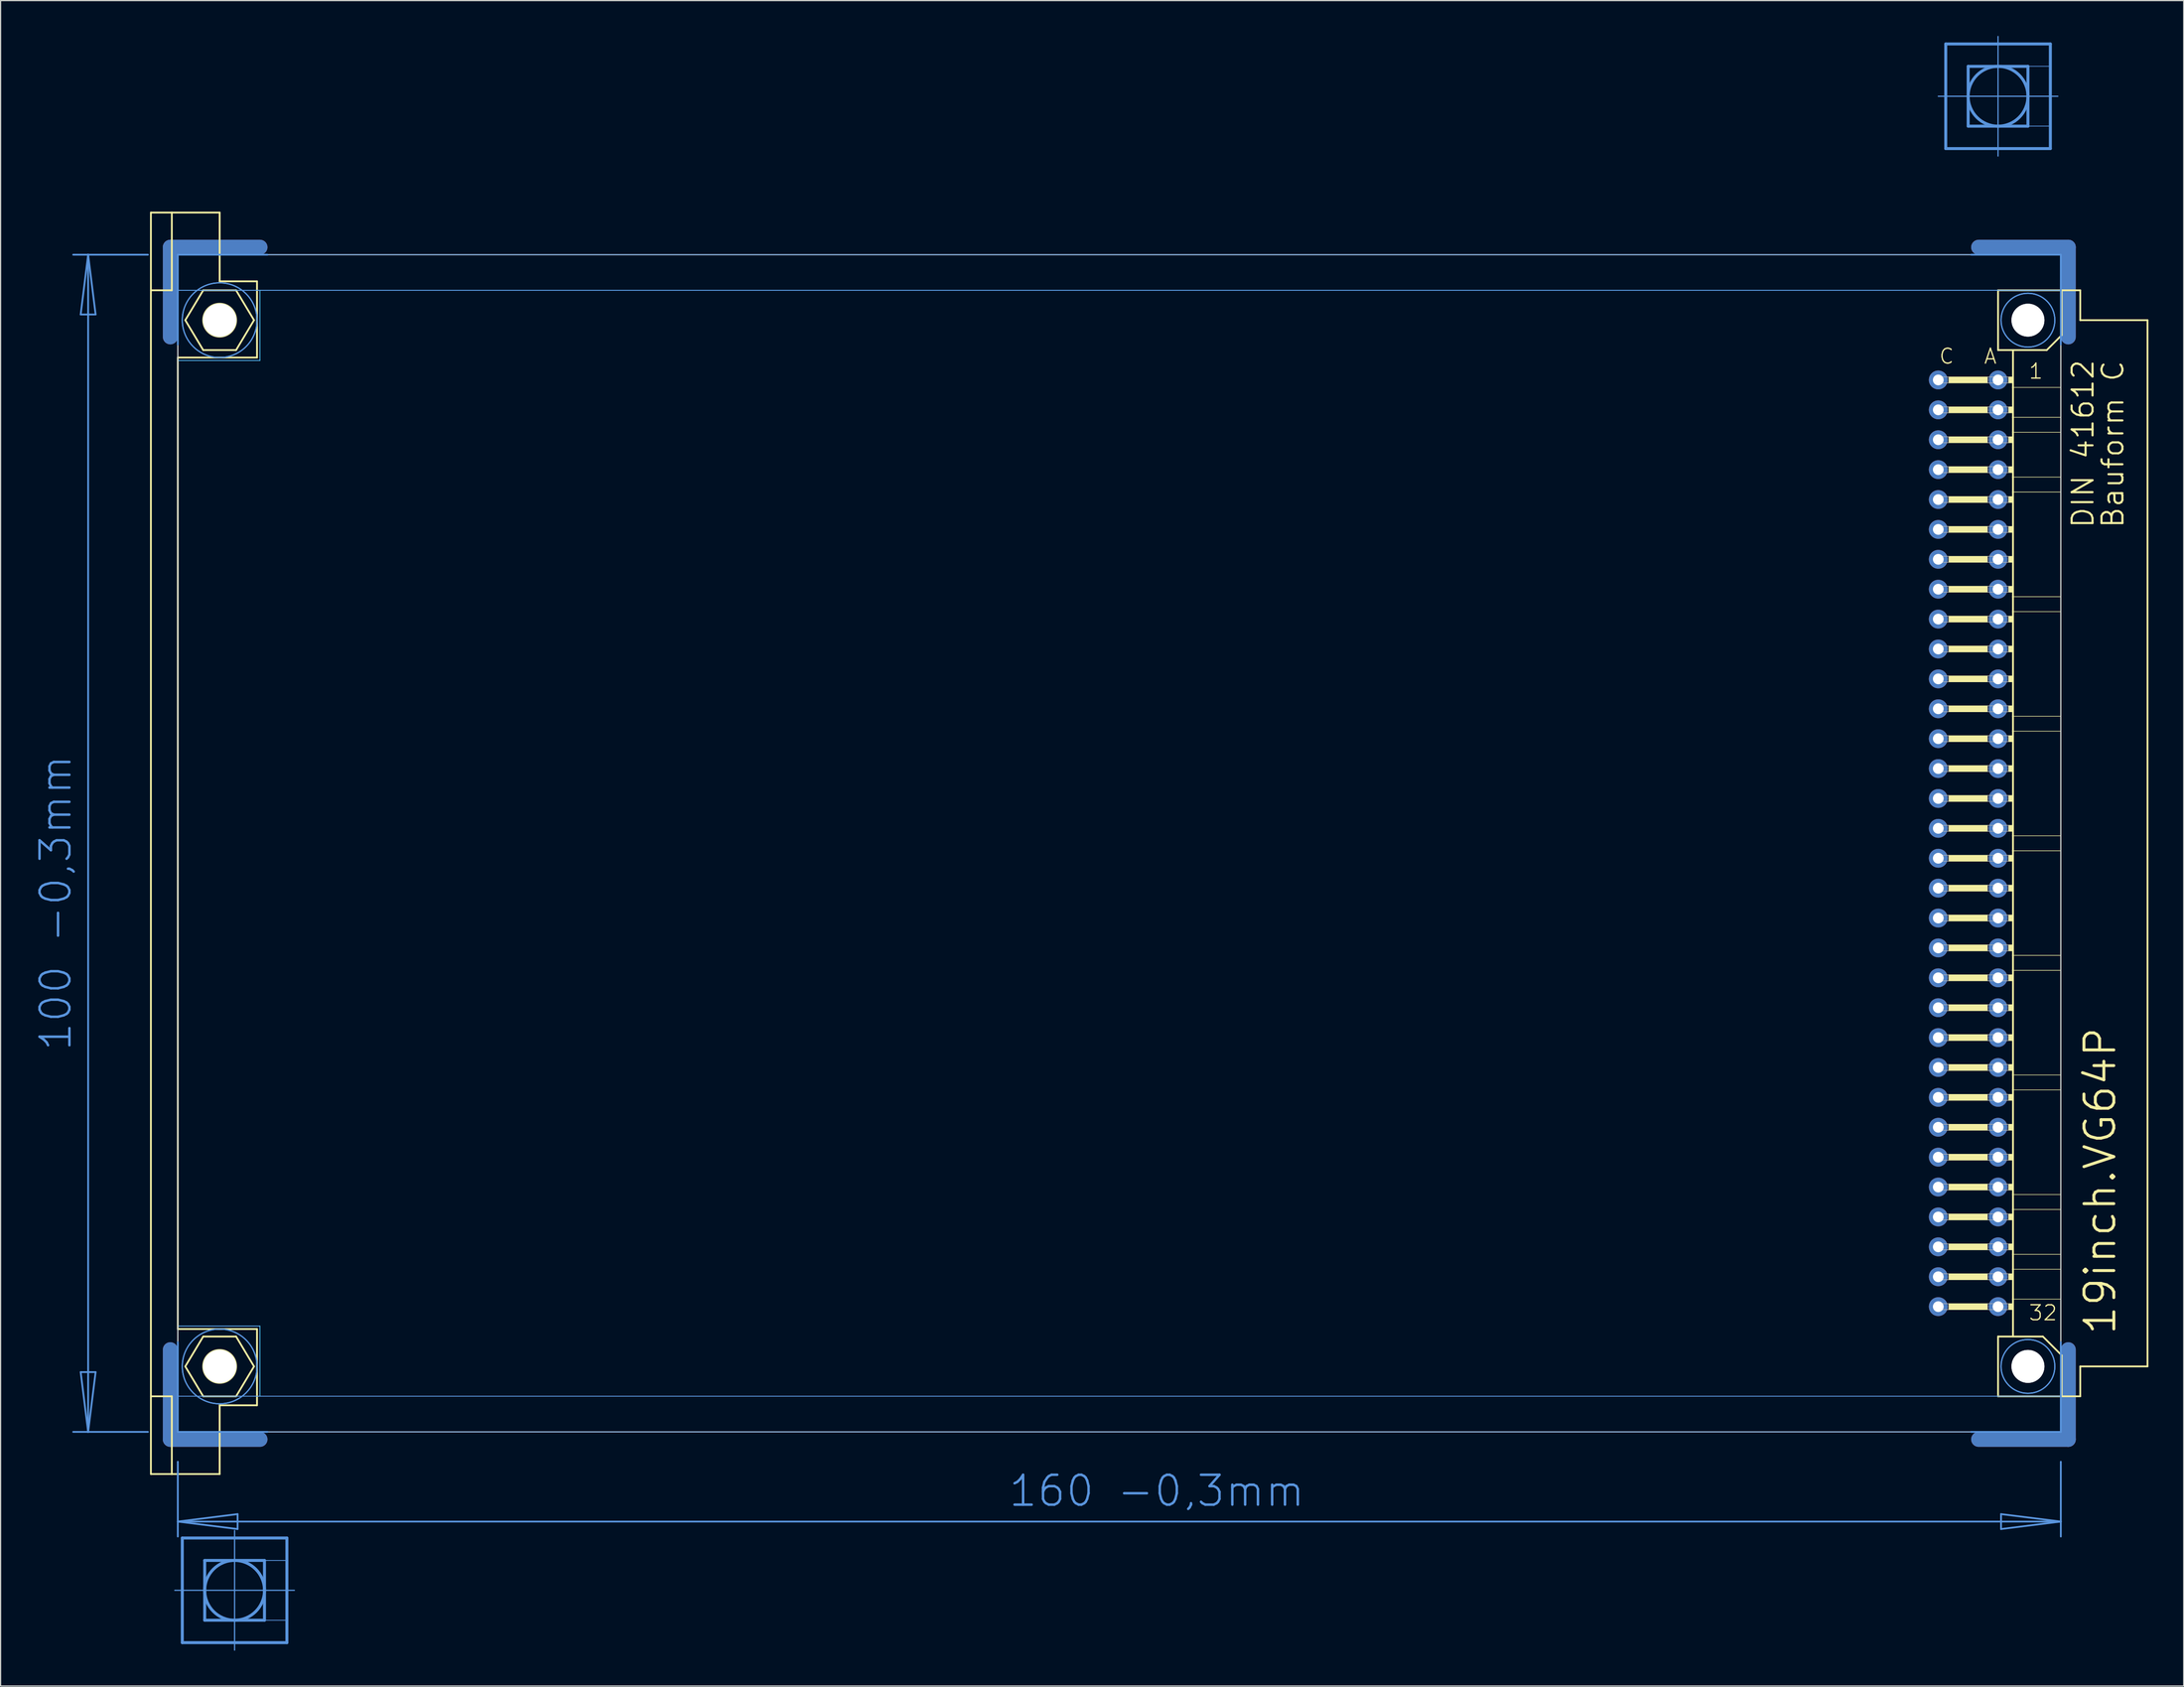
<source format=kicad_pcb>
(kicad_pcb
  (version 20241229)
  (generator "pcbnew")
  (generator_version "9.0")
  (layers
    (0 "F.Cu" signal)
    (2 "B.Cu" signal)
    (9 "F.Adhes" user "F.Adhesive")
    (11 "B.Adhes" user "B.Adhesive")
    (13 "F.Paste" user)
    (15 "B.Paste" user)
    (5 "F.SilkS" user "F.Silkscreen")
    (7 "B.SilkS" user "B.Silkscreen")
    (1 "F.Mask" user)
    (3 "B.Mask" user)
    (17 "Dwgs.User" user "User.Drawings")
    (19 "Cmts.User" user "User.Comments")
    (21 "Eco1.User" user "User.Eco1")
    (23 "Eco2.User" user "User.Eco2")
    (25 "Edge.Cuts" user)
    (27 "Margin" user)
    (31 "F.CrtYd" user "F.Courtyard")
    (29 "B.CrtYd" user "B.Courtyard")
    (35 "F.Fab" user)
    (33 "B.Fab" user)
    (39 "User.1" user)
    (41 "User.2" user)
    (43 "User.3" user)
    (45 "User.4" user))
  (footprint "19inch.VG64P"
    (layer "F.Cu")
    (at 11.806 68.605)
    (property "Reference" "19inch.VG64P" (at 165.1 41.91 90) (layer "F.SilkS") (effects (font (size 2.54 2.54) (thickness 0.25)) (justify left bottom)))
    (attr through_hole)
    (fp_line (start -0.381 -43.028) (end -0.381 -50.648) (stroke (width 1.27) (type default)) (layer "F.Cu"))
    (fp_line (start -0.381 43.028) (end -0.381 50.648) (stroke (width 1.27) (type default)) (layer "F.Cu"))
    (fp_line (start 7.239 -50.648) (end -0.381 -50.648) (stroke (width 1.27) (type default)) (layer "F.Cu"))
    (fp_line (start 7.239 50.648) (end -0.381 50.648) (stroke (width 1.27) (type default)) (layer "F.Cu"))
    (fp_line (start 153.289 -50.648) (end 160.909 -50.648) (stroke (width 1.27) (type default)) (layer "F.Cu"))
    (fp_line (start 153.289 50.648) (end 160.909 50.648) (stroke (width 1.27) (type default)) (layer "F.Cu"))
    (fp_line (start 160.909 -43.028) (end 160.909 -50.648) (stroke (width 1.27) (type default)) (layer "F.Cu"))
    (fp_line (start 160.909 43.028) (end 160.909 50.648) (stroke (width 1.27) (type default)) (layer "F.Cu"))
    (fp_line (start 0.254 -42.393) (end 0.254 -50.013) (stroke (width 0.152) (type default)) (layer "F.Mask"))
    (fp_line (start 0.254 42.393) (end 0.254 50.013) (stroke (width 0.152) (type default)) (layer "F.Mask"))
    (fp_line (start 7.874 -50.013) (end 0.254 -50.013) (stroke (width 0.152) (type default)) (layer "F.Mask"))
    (fp_line (start 7.874 50.013) (end 0.254 50.013) (stroke (width 0.152) (type default)) (layer "F.Mask"))
    (fp_line (start 152.654 -50.013) (end 160.274 -50.013) (stroke (width 0.152) (type default)) (layer "F.Mask"))
    (fp_line (start 152.654 50.013) (end 160.274 50.013) (stroke (width 0.152) (type default)) (layer "F.Mask"))
    (fp_line (start 160.274 -42.393) (end 160.274 -50.013) (stroke (width 0.152) (type default)) (layer "F.Mask"))
    (fp_line (start 160.274 42.393) (end 160.274 50.013) (stroke (width 0.152) (type default)) (layer "F.Mask"))
    (fp_line (start -0.381 -43.028) (end -0.381 -50.648) (stroke (width 1.27) (type default)) (layer "B.Cu"))
    (fp_line (start -0.381 43.028) (end -0.381 50.648) (stroke (width 1.27) (type default)) (layer "B.Cu"))
    (fp_line (start 7.239 -50.648) (end -0.381 -50.648) (stroke (width 1.27) (type default)) (layer "B.Cu"))
    (fp_line (start 7.239 50.648) (end -0.381 50.648) (stroke (width 1.27) (type default)) (layer "B.Cu"))
    (fp_line (start 153.289 -50.648) (end 160.909 -50.648) (stroke (width 1.27) (type default)) (layer "B.Cu"))
    (fp_line (start 153.289 50.648) (end 160.909 50.648) (stroke (width 1.27) (type default)) (layer "B.Cu"))
    (fp_line (start 160.909 -43.028) (end 160.909 -50.648) (stroke (width 1.27) (type default)) (layer "B.Cu"))
    (fp_line (start 160.909 43.028) (end 160.909 50.648) (stroke (width 1.27) (type default)) (layer "B.Cu"))
    (fp_line (start 0.254 -50.013) (end 7.874 -50.013) (stroke (width 0.152) (type default)) (layer "B.Mask"))
    (fp_line (start 0.254 -42.393) (end 0.254 -50.013) (stroke (width 0.152) (type default)) (layer "B.Mask"))
    (fp_line (start 0.254 50.013) (end 0.254 42.393) (stroke (width 0.152) (type default)) (layer "B.Mask"))
    (fp_line (start 7.874 50.013) (end 0.254 50.013) (stroke (width 0.152) (type default)) (layer "B.Mask"))
    (fp_line (start 152.654 -50.013) (end 160.274 -50.013) (stroke (width 0.152) (type default)) (layer "B.Mask"))
    (fp_line (start 160.274 -50.013) (end 160.274 -42.393) (stroke (width 0.152) (type default)) (layer "B.Mask"))
    (fp_line (start 160.274 42.393) (end 160.274 50.013) (stroke (width 0.152) (type default)) (layer "B.Mask"))
    (fp_line (start 160.274 50.013) (end 152.654 50.013) (stroke (width 0.152) (type default)) (layer "B.Mask"))
    (fp_line (start -2.032 -53.594) (end -0.254 -53.594) (stroke (width 0.152) (type default)) (layer "F.SilkS"))
    (fp_line (start -2.032 -46.99) (end -2.032 -53.594) (stroke (width 0.152) (type default)) (layer "F.SilkS"))
    (fp_line (start -2.032 -46.99) (end -0.254 -46.99) (stroke (width 0.152) (type default)) (layer "F.SilkS"))
    (fp_line (start -2.032 46.99) (end -2.032 -46.99) (stroke (width 0.152) (type default)) (layer "F.SilkS"))
    (fp_line (start -2.032 46.99) (end -0.254 46.99) (stroke (width 0.152) (type default)) (layer "F.SilkS"))
    (fp_line (start -2.032 53.594) (end -2.032 46.99) (stroke (width 0.152) (type default)) (layer "F.SilkS"))
    (fp_line (start -2.032 53.594) (end -0.254 53.594) (stroke (width 0.152) (type default)) (layer "F.SilkS"))
    (fp_line (start -0.254 -53.594) (end -0.254 -46.99) (stroke (width 0.152) (type default)) (layer "F.SilkS"))
    (fp_line (start -0.254 -53.594) (end 3.81 -53.594) (stroke (width 0.152) (type default)) (layer "F.SilkS"))
    (fp_line (start -0.254 53.594) (end -0.254 46.99) (stroke (width 0.152) (type default)) (layer "F.SilkS"))
    (fp_line (start -0.254 53.594) (end 3.81 53.594) (stroke (width 0.152) (type default)) (layer "F.SilkS"))
    (fp_line (start 0.254 -41.275) (end 0.254 41.275) (stroke (width 0.152) (type default)) (layer "F.SilkS"))
    (fp_line (start 0.254 -41.275) (end 6.985 -41.275) (stroke (width 0.152) (type default)) (layer "F.SilkS"))
    (fp_line (start 0.254 41.275) (end 6.985 41.275) (stroke (width 0.152) (type default)) (layer "F.SilkS"))
    (fp_line (start 0.889 -44.45) (end 2.413 -46.99) (stroke (width 0.152) (type default)) (layer "F.SilkS"))
    (fp_line (start 0.889 44.45) (end 2.413 46.99) (stroke (width 0.152) (type default)) (layer "F.SilkS"))
    (fp_line (start 2.413 -46.99) (end 5.207 -46.99) (stroke (width 0.152) (type default)) (layer "F.SilkS"))
    (fp_line (start 2.413 -41.91) (end 0.889 -44.45) (stroke (width 0.152) (type default)) (layer "F.SilkS"))
    (fp_line (start 2.413 41.91) (end 0.889 44.45) (stroke (width 0.152) (type default)) (layer "F.SilkS"))
    (fp_line (start 2.413 46.99) (end 5.207 46.99) (stroke (width 0.152) (type default)) (layer "F.SilkS"))
    (fp_line (start 3.81 -53.594) (end 3.81 -47.752) (stroke (width 0.152) (type default)) (layer "F.SilkS"))
    (fp_line (start 3.81 -47.752) (end 6.985 -47.752) (stroke (width 0.152) (type default)) (layer "F.SilkS"))
    (fp_line (start 3.81 47.752) (end 6.985 47.752) (stroke (width 0.152) (type default)) (layer "F.SilkS"))
    (fp_line (start 3.81 53.594) (end 3.81 47.752) (stroke (width 0.152) (type default)) (layer "F.SilkS"))
    (fp_line (start 5.207 -46.99) (end 6.731 -44.45) (stroke (width 0.152) (type default)) (layer "F.SilkS"))
    (fp_line (start 5.207 -41.91) (end 2.413 -41.91) (stroke (width 0.152) (type default)) (layer "F.SilkS"))
    (fp_line (start 5.207 41.91) (end 2.413 41.91) (stroke (width 0.152) (type default)) (layer "F.SilkS"))
    (fp_line (start 5.207 46.99) (end 6.731 44.45) (stroke (width 0.152) (type default)) (layer "F.SilkS"))
    (fp_line (start 6.731 -44.45) (end 5.207 -41.91) (stroke (width 0.152) (type default)) (layer "F.SilkS"))
    (fp_line (start 6.731 44.45) (end 5.207 41.91) (stroke (width 0.152) (type default)) (layer "F.SilkS"))
    (fp_line (start 6.985 -47.752) (end 6.985 -41.275) (stroke (width 0.152) (type default)) (layer "F.SilkS"))
    (fp_line (start 6.985 47.752) (end 6.985 41.275) (stroke (width 0.152) (type default)) (layer "F.SilkS"))
    (fp_line (start 154.94 -46.99) (end 154.94 -41.91) (stroke (width 0.152) (type default)) (layer "F.SilkS"))
    (fp_line (start 154.94 -41.91) (end 156.21 -41.91) (stroke (width 0.152) (type default)) (layer "F.SilkS"))
    (fp_line (start 154.94 41.91) (end 154.94 46.99) (stroke (width 0.152) (type default)) (layer "F.SilkS"))
    (fp_line (start 154.94 41.91) (end 156.21 41.91) (stroke (width 0.152) (type default)) (layer "F.SilkS"))
    (fp_line (start 154.94 46.99) (end 160.35 46.99) (stroke (width 0.152) (type default)) (layer "F.SilkS"))
    (fp_line (start 156.21 -41.91) (end 156.21 -38.735) (stroke (width 0.152) (type default)) (layer "F.SilkS"))
    (fp_line (start 156.21 -41.91) (end 159.08 -41.91) (stroke (width 0.152) (type default)) (layer "F.SilkS"))
    (fp_line (start 156.21 -38.735) (end 156.21 -36.195) (stroke (width 0.152) (type default)) (layer "F.SilkS"))
    (fp_line (start 156.21 -36.195) (end 156.21 -34.925) (stroke (width 0.152) (type default)) (layer "F.SilkS"))
    (fp_line (start 156.21 -34.925) (end 156.21 -31.115) (stroke (width 0.152) (type default)) (layer "F.SilkS"))
    (fp_line (start 156.21 -31.115) (end 156.21 -29.845) (stroke (width 0.152) (type default)) (layer "F.SilkS"))
    (fp_line (start 156.21 -29.845) (end 156.21 -20.955) (stroke (width 0.152) (type default)) (layer "F.SilkS"))
    (fp_line (start 156.21 -20.955) (end 156.21 -19.685) (stroke (width 0.152) (type default)) (layer "F.SilkS"))
    (fp_line (start 156.21 -19.685) (end 156.21 -10.795) (stroke (width 0.152) (type default)) (layer "F.SilkS"))
    (fp_line (start 156.21 -10.795) (end 156.21 -9.525) (stroke (width 0.152) (type default)) (layer "F.SilkS"))
    (fp_line (start 156.21 -9.525) (end 156.21 -0.635) (stroke (width 0.152) (type default)) (layer "F.SilkS"))
    (fp_line (start 156.21 -0.635) (end 156.21 0.635) (stroke (width 0.152) (type default)) (layer "F.SilkS"))
    (fp_line (start 156.21 0.635) (end 156.21 9.525) (stroke (width 0.152) (type default)) (layer "F.SilkS"))
    (fp_line (start 156.21 9.525) (end 156.21 10.795) (stroke (width 0.152) (type default)) (layer "F.SilkS"))
    (fp_line (start 156.21 10.795) (end 156.21 19.685) (stroke (width 0.152) (type default)) (layer "F.SilkS"))
    (fp_line (start 156.21 19.685) (end 156.21 20.955) (stroke (width 0.152) (type default)) (layer "F.SilkS"))
    (fp_line (start 156.21 20.955) (end 156.21 29.845) (stroke (width 0.152) (type default)) (layer "F.SilkS"))
    (fp_line (start 156.21 29.845) (end 156.21 31.115) (stroke (width 0.152) (type default)) (layer "F.SilkS"))
    (fp_line (start 156.21 31.115) (end 156.21 34.925) (stroke (width 0.152) (type default)) (layer "F.SilkS"))
    (fp_line (start 156.21 34.925) (end 156.21 36.195) (stroke (width 0.152) (type default)) (layer "F.SilkS"))
    (fp_line (start 156.21 36.195) (end 156.21 38.735) (stroke (width 0.152) (type default)) (layer "F.SilkS"))
    (fp_line (start 156.21 38.735) (end 156.21 41.91) (stroke (width 0.152) (type default)) (layer "F.SilkS"))
    (fp_line (start 156.21 41.91) (end 158.75 41.91) (stroke (width 0.152) (type default)) (layer "F.SilkS"))
    (fp_line (start 159.08 -41.91) (end 160.35 -43.18) (stroke (width 0.152) (type default)) (layer "F.SilkS"))
    (fp_line (start 160.274 -38.735) (end 156.21 -38.735) (stroke (width 0.051) (type default)) (layer "F.SilkS"))
    (fp_line (start 160.274 -38.735) (end 160.274 -36.195) (stroke (width 0.051) (type default)) (layer "F.SilkS"))
    (fp_line (start 160.274 -36.195) (end 156.21 -36.195) (stroke (width 0.051) (type default)) (layer "F.SilkS"))
    (fp_line (start 160.274 -34.925) (end 156.21 -34.925) (stroke (width 0.051) (type default)) (layer "F.SilkS"))
    (fp_line (start 160.274 -34.925) (end 160.274 -31.115) (stroke (width 0.051) (type default)) (layer "F.SilkS"))
    (fp_line (start 160.274 -31.115) (end 156.21 -31.115) (stroke (width 0.051) (type default)) (layer "F.SilkS"))
    (fp_line (start 160.274 -29.845) (end 156.21 -29.845) (stroke (width 0.051) (type default)) (layer "F.SilkS"))
    (fp_line (start 160.274 -29.845) (end 160.274 -20.955) (stroke (width 0.051) (type default)) (layer "F.SilkS"))
    (fp_line (start 160.274 -20.955) (end 156.21 -20.955) (stroke (width 0.051) (type default)) (layer "F.SilkS"))
    (fp_line (start 160.274 -19.685) (end 156.21 -19.685) (stroke (width 0.051) (type default)) (layer "F.SilkS"))
    (fp_line (start 160.274 -19.685) (end 160.274 -10.795) (stroke (width 0.051) (type default)) (layer "F.SilkS"))
    (fp_line (start 160.274 -10.795) (end 156.21 -10.795) (stroke (width 0.051) (type default)) (layer "F.SilkS"))
    (fp_line (start 160.274 -9.525) (end 156.21 -9.525) (stroke (width 0.051) (type default)) (layer "F.SilkS"))
    (fp_line (start 160.274 -9.525) (end 160.274 -0.635) (stroke (width 0.051) (type default)) (layer "F.SilkS"))
    (fp_line (start 160.274 -0.635) (end 156.21 -0.635) (stroke (width 0.051) (type default)) (layer "F.SilkS"))
    (fp_line (start 160.274 0.635) (end 156.21 0.635) (stroke (width 0.051) (type default)) (layer "F.SilkS"))
    (fp_line (start 160.274 0.635) (end 160.274 9.525) (stroke (width 0.051) (type default)) (layer "F.SilkS"))
    (fp_line (start 160.274 9.525) (end 156.21 9.525) (stroke (width 0.051) (type default)) (layer "F.SilkS"))
    (fp_line (start 160.274 10.795) (end 156.21 10.795) (stroke (width 0.051) (type default)) (layer "F.SilkS"))
    (fp_line (start 160.274 10.795) (end 160.274 19.685) (stroke (width 0.051) (type default)) (layer "F.SilkS"))
    (fp_line (start 160.274 19.685) (end 156.21 19.685) (stroke (width 0.051) (type default)) (layer "F.SilkS"))
    (fp_line (start 160.274 20.955) (end 156.21 20.955) (stroke (width 0.051) (type default)) (layer "F.SilkS"))
    (fp_line (start 160.274 20.955) (end 160.274 29.845) (stroke (width 0.051) (type default)) (layer "F.SilkS"))
    (fp_line (start 160.274 29.845) (end 156.21 29.845) (stroke (width 0.051) (type default)) (layer "F.SilkS"))
    (fp_line (start 160.274 31.115) (end 156.21 31.115) (stroke (width 0.051) (type default)) (layer "F.SilkS"))
    (fp_line (start 160.274 31.115) (end 160.274 34.925) (stroke (width 0.051) (type default)) (layer "F.SilkS"))
    (fp_line (start 160.274 34.925) (end 156.21 34.925) (stroke (width 0.051) (type default)) (layer "F.SilkS"))
    (fp_line (start 160.274 36.195) (end 156.21 36.195) (stroke (width 0.051) (type default)) (layer "F.SilkS"))
    (fp_line (start 160.274 36.195) (end 160.274 38.735) (stroke (width 0.051) (type default)) (layer "F.SilkS"))
    (fp_line (start 160.274 38.735) (end 156.21 38.735) (stroke (width 0.051) (type default)) (layer "F.SilkS"))
    (fp_line (start 160.35 -46.99) (end 154.94 -46.99) (stroke (width 0.152) (type default)) (layer "F.SilkS"))
    (fp_line (start 160.35 -43.18) (end 160.35 -46.99) (stroke (width 0.152) (type default)) (layer "F.SilkS"))
    (fp_line (start 160.35 43.51) (end 158.75 41.91) (stroke (width 0.152) (type default)) (layer "F.SilkS"))
    (fp_line (start 160.35 43.51) (end 160.35 46.99) (stroke (width 0.152) (type default)) (layer "F.SilkS"))
    (fp_line (start 160.35 46.99) (end 161.925 46.99) (stroke (width 0.152) (type default)) (layer "F.SilkS"))
    (fp_line (start 161.925 -46.99) (end 160.35 -46.99) (stroke (width 0.152) (type default)) (layer "F.SilkS"))
    (fp_line (start 161.925 -44.45) (end 161.925 -46.99) (stroke (width 0.152) (type default)) (layer "F.SilkS"))
    (fp_line (start 161.925 44.45) (end 167.64 44.45) (stroke (width 0.152) (type default)) (layer "F.SilkS"))
    (fp_line (start 161.925 46.99) (end 161.925 44.45) (stroke (width 0.152) (type default)) (layer "F.SilkS"))
    (fp_line (start 167.64 -44.45) (end 161.925 -44.45) (stroke (width 0.152) (type default)) (layer "F.SilkS"))
    (fp_line (start 167.64 44.45) (end 167.64 -44.45) (stroke (width 0.152) (type default)) (layer "F.SilkS"))
    (fp_rect (start 150.749 -39.116) (end 154.051 -39.624) (stroke (width 0.05) (type default)) (fill yes) (layer "F.SilkS"))
    (fp_rect (start 150.749 -36.576) (end 154.051 -37.084) (stroke (width 0.05) (type default)) (fill yes) (layer "F.SilkS"))
    (fp_rect (start 150.749 -34.036) (end 154.051 -34.544) (stroke (width 0.05) (type default)) (fill yes) (layer "F.SilkS"))
    (fp_rect (start 150.749 -31.496) (end 154.051 -32.004) (stroke (width 0.05) (type default)) (fill yes) (layer "F.SilkS"))
    (fp_rect (start 150.749 -28.956) (end 154.051 -29.464) (stroke (width 0.05) (type default)) (fill yes) (layer "F.SilkS"))
    (fp_rect (start 150.749 -26.416) (end 154.051 -26.924) (stroke (width 0.05) (type default)) (fill yes) (layer "F.SilkS"))
    (fp_rect (start 150.749 -23.876) (end 154.051 -24.384) (stroke (width 0.05) (type default)) (fill yes) (layer "F.SilkS"))
    (fp_rect (start 150.749 -21.336) (end 154.051 -21.844) (stroke (width 0.05) (type default)) (fill yes) (layer "F.SilkS"))
    (fp_rect (start 150.749 -18.796) (end 154.051 -19.304) (stroke (width 0.05) (type default)) (fill yes) (layer "F.SilkS"))
    (fp_rect (start 150.749 -16.256) (end 154.051 -16.764) (stroke (width 0.05) (type default)) (fill yes) (layer "F.SilkS"))
    (fp_rect (start 150.749 -13.716) (end 154.051 -14.224) (stroke (width 0.05) (type default)) (fill yes) (layer "F.SilkS"))
    (fp_rect (start 150.749 -11.176) (end 154.051 -11.684) (stroke (width 0.05) (type default)) (fill yes) (layer "F.SilkS"))
    (fp_rect (start 150.749 -8.636) (end 154.051 -9.144) (stroke (width 0.05) (type default)) (fill yes) (layer "F.SilkS"))
    (fp_rect (start 150.749 -6.096) (end 154.051 -6.604) (stroke (width 0.05) (type default)) (fill yes) (layer "F.SilkS"))
    (fp_rect (start 150.749 -3.556) (end 154.051 -4.064) (stroke (width 0.05) (type default)) (fill yes) (layer "F.SilkS"))
    (fp_rect (start 150.749 -1.016) (end 154.051 -1.524) (stroke (width 0.05) (type default)) (fill yes) (layer "F.SilkS"))
    (fp_rect (start 150.749 1.524) (end 154.051 1.016) (stroke (width 0.05) (type default)) (fill yes) (layer "F.SilkS"))
    (fp_rect (start 150.749 4.064) (end 154.051 3.556) (stroke (width 0.05) (type default)) (fill yes) (layer "F.SilkS"))
    (fp_rect (start 150.749 6.604) (end 154.051 6.096) (stroke (width 0.05) (type default)) (fill yes) (layer "F.SilkS"))
    (fp_rect (start 150.749 9.144) (end 154.051 8.636) (stroke (width 0.05) (type default)) (fill yes) (layer "F.SilkS"))
    (fp_rect (start 150.749 11.684) (end 154.051 11.176) (stroke (width 0.05) (type default)) (fill yes) (layer "F.SilkS"))
    (fp_rect (start 150.749 14.224) (end 154.051 13.716) (stroke (width 0.05) (type default)) (fill yes) (layer "F.SilkS"))
    (fp_rect (start 150.749 16.764) (end 154.051 16.256) (stroke (width 0.05) (type default)) (fill yes) (layer "F.SilkS"))
    (fp_rect (start 150.749 19.304) (end 154.051 18.796) (stroke (width 0.05) (type default)) (fill yes) (layer "F.SilkS"))
    (fp_rect (start 150.749 21.844) (end 154.051 21.336) (stroke (width 0.05) (type default)) (fill yes) (layer "F.SilkS"))
    (fp_rect (start 150.749 24.384) (end 154.051 23.876) (stroke (width 0.05) (type default)) (fill yes) (layer "F.SilkS"))
    (fp_rect (start 150.749 26.924) (end 154.051 26.416) (stroke (width 0.05) (type default)) (fill yes) (layer "F.SilkS"))
    (fp_rect (start 150.749 29.464) (end 154.051 28.956) (stroke (width 0.05) (type default)) (fill yes) (layer "F.SilkS"))
    (fp_rect (start 150.749 32.004) (end 154.051 31.496) (stroke (width 0.05) (type default)) (fill yes) (layer "F.SilkS"))
    (fp_rect (start 150.749 34.544) (end 154.051 34.036) (stroke (width 0.05) (type default)) (fill yes) (layer "F.SilkS"))
    (fp_rect (start 150.749 37.084) (end 154.051 36.576) (stroke (width 0.05) (type default)) (fill yes) (layer "F.SilkS"))
    (fp_rect (start 150.749 39.624) (end 154.051 39.116) (stroke (width 0.05) (type default)) (fill yes) (layer "F.SilkS"))
    (fp_rect (start 155.829 -39.116) (end 156.21 -39.624) (stroke (width 0.05) (type default)) (fill yes) (layer "F.SilkS"))
    (fp_rect (start 155.829 -36.576) (end 156.21 -37.084) (stroke (width 0.05) (type default)) (fill yes) (layer "F.SilkS"))
    (fp_rect (start 155.829 -34.036) (end 156.21 -34.544) (stroke (width 0.05) (type default)) (fill yes) (layer "F.SilkS"))
    (fp_rect (start 155.829 -31.496) (end 156.21 -32.004) (stroke (width 0.05) (type default)) (fill yes) (layer "F.SilkS"))
    (fp_rect (start 155.829 -28.956) (end 156.21 -29.464) (stroke (width 0.05) (type default)) (fill yes) (layer "F.SilkS"))
    (fp_rect (start 155.829 -26.416) (end 156.21 -26.924) (stroke (width 0.05) (type default)) (fill yes) (layer "F.SilkS"))
    (fp_rect (start 155.829 -23.876) (end 156.21 -24.384) (stroke (width 0.05) (type default)) (fill yes) (layer "F.SilkS"))
    (fp_rect (start 155.829 -21.336) (end 156.21 -21.844) (stroke (width 0.05) (type default)) (fill yes) (layer "F.SilkS"))
    (fp_rect (start 155.829 -18.796) (end 156.21 -19.304) (stroke (width 0.05) (type default)) (fill yes) (layer "F.SilkS"))
    (fp_rect (start 155.829 -16.256) (end 156.21 -16.764) (stroke (width 0.05) (type default)) (fill yes) (layer "F.SilkS"))
    (fp_rect (start 155.829 -13.716) (end 156.21 -14.224) (stroke (width 0.05) (type default)) (fill yes) (layer "F.SilkS"))
    (fp_rect (start 155.829 -11.176) (end 156.21 -11.684) (stroke (width 0.05) (type default)) (fill yes) (layer "F.SilkS"))
    (fp_rect (start 155.829 -8.636) (end 156.21 -9.144) (stroke (width 0.05) (type default)) (fill yes) (layer "F.SilkS"))
    (fp_rect (start 155.829 -6.096) (end 156.21 -6.604) (stroke (width 0.05) (type default)) (fill yes) (layer "F.SilkS"))
    (fp_rect (start 155.829 -3.556) (end 156.21 -4.064) (stroke (width 0.05) (type default)) (fill yes) (layer "F.SilkS"))
    (fp_rect (start 155.829 -1.016) (end 156.21 -1.524) (stroke (width 0.05) (type default)) (fill yes) (layer "F.SilkS"))
    (fp_rect (start 155.829 1.524) (end 156.21 1.016) (stroke (width 0.05) (type default)) (fill yes) (layer "F.SilkS"))
    (fp_rect (start 155.829 4.064) (end 156.21 3.556) (stroke (width 0.05) (type default)) (fill yes) (layer "F.SilkS"))
    (fp_rect (start 155.829 6.604) (end 156.21 6.096) (stroke (width 0.05) (type default)) (fill yes) (layer "F.SilkS"))
    (fp_rect (start 155.829 9.144) (end 156.21 8.636) (stroke (width 0.05) (type default)) (fill yes) (layer "F.SilkS"))
    (fp_rect (start 155.829 11.684) (end 156.21 11.176) (stroke (width 0.05) (type default)) (fill yes) (layer "F.SilkS"))
    (fp_rect (start 155.829 14.224) (end 156.21 13.716) (stroke (width 0.05) (type default)) (fill yes) (layer "F.SilkS"))
    (fp_rect (start 155.829 16.764) (end 156.21 16.256) (stroke (width 0.05) (type default)) (fill yes) (layer "F.SilkS"))
    (fp_rect (start 155.829 19.304) (end 156.21 18.796) (stroke (width 0.05) (type default)) (fill yes) (layer "F.SilkS"))
    (fp_rect (start 155.829 21.844) (end 156.21 21.336) (stroke (width 0.05) (type default)) (fill yes) (layer "F.SilkS"))
    (fp_rect (start 155.829 24.384) (end 156.21 23.876) (stroke (width 0.05) (type default)) (fill yes) (layer "F.SilkS"))
    (fp_rect (start 155.829 26.924) (end 156.21 26.416) (stroke (width 0.05) (type default)) (fill yes) (layer "F.SilkS"))
    (fp_rect (start 155.829 29.464) (end 156.21 28.956) (stroke (width 0.05) (type default)) (fill yes) (layer "F.SilkS"))
    (fp_rect (start 155.829 32.004) (end 156.21 31.496) (stroke (width 0.05) (type default)) (fill yes) (layer "F.SilkS"))
    (fp_rect (start 155.829 34.544) (end 156.21 34.036) (stroke (width 0.05) (type default)) (fill yes) (layer "F.SilkS"))
    (fp_rect (start 155.829 37.084) (end 156.21 36.576) (stroke (width 0.05) (type default)) (fill yes) (layer "F.SilkS"))
    (fp_rect (start 155.829 39.624) (end 156.21 39.116) (stroke (width 0.05) (type default)) (fill yes) (layer "F.SilkS"))
    (fp_circle (center 3.81 -44.45) (end 5.207 -44.45) (stroke (width 0.152) (type default)) (fill no) (layer "F.SilkS"))
    (fp_circle (center 3.81 44.45) (end 5.207 44.45) (stroke (width 0.152) (type default)) (fill no) (layer "F.SilkS"))
    (fp_circle (center 157.48 -44.45) (end 158.75 -44.45) (stroke (width 0.152) (type default)) (fill no) (layer "F.SilkS"))
    (fp_circle (center 157.48 44.45) (end 158.75 44.45) (stroke (width 0.152) (type default)) (fill no) (layer "F.SilkS"))
    (fp_line (start -8.636 -50.013) (end -7.366 -50.013) (stroke (width 0.152) (type default)) (layer "Cmts.User"))
    (fp_line (start -8.636 50.013) (end -7.366 50.013) (stroke (width 0.152) (type default)) (layer "Cmts.User"))
    (fp_line (start -8.001 -44.933) (end -7.366 -50.013) (stroke (width 0.152) (type default)) (layer "Cmts.User"))
    (fp_line (start -8.001 44.933) (end -6.731 44.933) (stroke (width 0.152) (type default)) (layer "Cmts.User"))
    (fp_line (start -7.366 -50.013) (end -6.731 -44.933) (stroke (width 0.152) (type default)) (layer "Cmts.User"))
    (fp_line (start -7.366 -50.013) (end -2.286 -50.013) (stroke (width 0.152) (type default)) (layer "Cmts.User"))
    (fp_line (start -7.366 50.013) (end -8.001 44.933) (stroke (width 0.152) (type default)) (layer "Cmts.User"))
    (fp_line (start -7.366 50.013) (end -7.366 -50.013) (stroke (width 0.152) (type default)) (layer "Cmts.User"))
    (fp_line (start -7.366 50.013) (end -2.286 50.013) (stroke (width 0.152) (type default)) (layer "Cmts.User"))
    (fp_line (start -6.731 -44.933) (end -8.001 -44.933) (stroke (width 0.152) (type default)) (layer "Cmts.User"))
    (fp_line (start -6.731 44.933) (end -7.366 50.013) (stroke (width 0.152) (type default)) (layer "Cmts.User"))
    (fp_line (start 0 63.475) (end 0.635 63.475) (stroke (width 0.102) (type default)) (layer "Cmts.User"))
    (fp_line (start 0.254 -50.013) (end 7.874 -50.013) (stroke (width 0.152) (type default)) (layer "Cmts.User"))
    (fp_line (start 0.254 -42.393) (end 0.254 -50.013) (stroke (width 0.152) (type default)) (layer "Cmts.User"))
    (fp_line (start 0.254 50.013) (end 0.254 42.393) (stroke (width 0.152) (type default)) (layer "Cmts.User"))
    (fp_line (start 0.254 57.633) (end 0.254 52.553) (stroke (width 0.152) (type default)) (layer "Cmts.User"))
    (fp_line (start 0.254 57.633) (end 5.334 56.998) (stroke (width 0.152) (type default)) (layer "Cmts.User"))
    (fp_line (start 0.254 57.633) (end 160.274 57.633) (stroke (width 0.152) (type default)) (layer "Cmts.User"))
    (fp_line (start 0.254 58.903) (end 0.254 57.633) (stroke (width 0.152) (type default)) (layer "Cmts.User"))
    (fp_line (start 0.635 59.03) (end 9.525 59.03) (stroke (width 0.254) (type default)) (layer "Cmts.User"))
    (fp_line (start 0.635 63.475) (end 0.635 59.03) (stroke (width 0.254) (type default)) (layer "Cmts.User"))
    (fp_line (start 0.635 63.475) (end 10.16 63.475) (stroke (width 0.102) (type default)) (layer "Cmts.User"))
    (fp_line (start 0.635 67.92) (end 0.635 63.475) (stroke (width 0.254) (type default)) (layer "Cmts.User"))
    (fp_line (start 2.54 60.935) (end 2.54 66.015) (stroke (width 0.254) (type default)) (layer "Cmts.User"))
    (fp_line (start 2.54 66.015) (end 7.62 66.015) (stroke (width 0.254) (type default)) (layer "Cmts.User"))
    (fp_line (start 5.08 68.555) (end 5.08 58.395) (stroke (width 0.102) (type default)) (layer "Cmts.User"))
    (fp_line (start 5.334 56.998) (end 5.334 58.268) (stroke (width 0.152) (type default)) (layer "Cmts.User"))
    (fp_line (start 5.334 58.268) (end 0.254 57.633) (stroke (width 0.152) (type default)) (layer "Cmts.User"))
    (fp_line (start 7.62 60.935) (end 2.54 60.935) (stroke (width 0.254) (type default)) (layer "Cmts.User"))
    (fp_line (start 7.62 66.015) (end 7.62 60.935) (stroke (width 0.254) (type default)) (layer "Cmts.User"))
    (fp_line (start 7.874 50.013) (end 0.254 50.013) (stroke (width 0.152) (type default)) (layer "Cmts.User"))
    (fp_line (start 9.525 59.03) (end 9.525 67.92) (stroke (width 0.254) (type default)) (layer "Cmts.User"))
    (fp_line (start 9.525 67.92) (end 0.635 67.92) (stroke (width 0.254) (type default)) (layer "Cmts.User"))
    (fp_line (start 149.86 -63.475) (end 150.495 -63.475) (stroke (width 0.102) (type default)) (layer "Cmts.User"))
    (fp_line (start 150.495 -67.92) (end 159.385 -67.92) (stroke (width 0.254) (type default)) (layer "Cmts.User"))
    (fp_line (start 150.495 -63.475) (end 150.495 -67.92) (stroke (width 0.254) (type default)) (layer "Cmts.User"))
    (fp_line (start 150.495 -63.475) (end 160.02 -63.475) (stroke (width 0.102) (type default)) (layer "Cmts.User"))
    (fp_line (start 150.495 -59.03) (end 150.495 -63.475) (stroke (width 0.254) (type default)) (layer "Cmts.User"))
    (fp_line (start 152.4 -66.015) (end 152.4 -60.935) (stroke (width 0.254) (type default)) (layer "Cmts.User"))
    (fp_line (start 152.4 -60.935) (end 157.48 -60.935) (stroke (width 0.254) (type default)) (layer "Cmts.User"))
    (fp_line (start 152.654 -50.013) (end 160.274 -50.013) (stroke (width 0.152) (type default)) (layer "Cmts.User"))
    (fp_line (start 154.94 -58.395) (end 154.94 -68.555) (stroke (width 0.102) (type default)) (layer "Cmts.User"))
    (fp_line (start 155.194 56.998) (end 160.274 57.633) (stroke (width 0.152) (type default)) (layer "Cmts.User"))
    (fp_line (start 155.194 58.268) (end 155.194 56.998) (stroke (width 0.152) (type default)) (layer "Cmts.User"))
    (fp_line (start 157.48 -66.015) (end 152.4 -66.015) (stroke (width 0.254) (type default)) (layer "Cmts.User"))
    (fp_line (start 157.48 -60.935) (end 157.48 -66.015) (stroke (width 0.254) (type default)) (layer "Cmts.User"))
    (fp_line (start 159.385 -67.92) (end 159.385 -59.03) (stroke (width 0.254) (type default)) (layer "Cmts.User"))
    (fp_line (start 159.385 -59.03) (end 150.495 -59.03) (stroke (width 0.254) (type default)) (layer "Cmts.User"))
    (fp_line (start 160.274 -50.013) (end 160.274 -42.393) (stroke (width 0.152) (type default)) (layer "Cmts.User"))
    (fp_line (start 160.274 42.393) (end 160.274 50.013) (stroke (width 0.152) (type default)) (layer "Cmts.User"))
    (fp_line (start 160.274 50.013) (end 152.654 50.013) (stroke (width 0.152) (type default)) (layer "Cmts.User"))
    (fp_line (start 160.274 57.633) (end 155.194 58.268) (stroke (width 0.152) (type default)) (layer "Cmts.User"))
    (fp_line (start 160.274 57.633) (end 160.274 52.553) (stroke (width 0.152) (type default)) (layer "Cmts.User"))
    (fp_line (start 160.274 58.903) (end 160.274 57.633) (stroke (width 0.152) (type default)) (layer "Cmts.User"))
    (fp_rect (start 0.254 -46.99) (end 160.274 -50.013) (stroke (width 0.05) (type default)) (fill no) (layer "Cmts.User"))
    (fp_rect (start 0.254 50.013) (end 160.274 46.99) (stroke (width 0.05) (type default)) (fill no) (layer "Cmts.User"))
    (fp_rect (start 5.08 60.935) (end 9.525 59.03) (stroke (width 0.05) (type default)) (fill no) (layer "Cmts.User"))
    (fp_rect (start 5.08 67.92) (end 9.525 66.015) (stroke (width 0.05) (type default)) (fill no) (layer "Cmts.User"))
    (fp_rect (start 7.62 66.015) (end 9.525 60.935) (stroke (width 0.05) (type default)) (fill no) (layer "Cmts.User"))
    (fp_rect (start 154.94 -66.015) (end 159.385 -67.92) (stroke (width 0.05) (type default)) (fill no) (layer "Cmts.User"))
    (fp_rect (start 154.94 -59.03) (end 159.385 -60.935) (stroke (width 0.05) (type default)) (fill no) (layer "Cmts.User"))
    (fp_rect (start 157.48 -60.935) (end 159.385 -66.015) (stroke (width 0.05) (type default)) (fill no) (layer "Cmts.User"))
    (fp_circle (center 3.81 -44.45) (end 6.985 -44.45) (stroke (width 0.1) (type default)) (fill no) (layer "Cmts.User"))
    (fp_circle (center 3.81 -44.45) (end 6.985 -44.45) (stroke (width 0.1) (type default)) (fill no) (layer "Cmts.User"))
    (fp_circle (center 3.81 44.45) (end 6.985 44.45) (stroke (width 0.1) (type default)) (fill no) (layer "Cmts.User"))
    (fp_circle (center 3.81 44.45) (end 6.985 44.45) (stroke (width 0.1) (type default)) (fill no) (layer "Cmts.User"))
    (fp_circle (center 5.08 63.475) (end 7.62 63.475) (stroke (width 0.254) (type default)) (fill no) (layer "Cmts.User"))
    (fp_circle (center 154.94 -63.475) (end 157.48 -63.475) (stroke (width 0.254) (type default)) (fill no) (layer "Cmts.User"))
    (fp_circle (center 157.48 -44.45) (end 159.766 -44.45) (stroke (width 0.1) (type default)) (fill no) (layer "Cmts.User"))
    (fp_circle (center 157.48 -44.45) (end 159.766 -44.45) (stroke (width 0.1) (type default)) (fill no) (layer "Cmts.User"))
    (fp_circle (center 157.48 44.45) (end 159.766 44.45) (stroke (width 0.1) (type default)) (fill no) (layer "Cmts.User"))
    (fp_circle (center 157.48 44.45) (end 159.766 44.45) (stroke (width 0.1) (type default)) (fill no) (layer "Cmts.User"))
    (fp_line (start 0.254 -50.013) (end 0.254 50.013) (stroke (width 0.1) (type default)) (layer "Edge.Cuts"))
    (fp_line (start 0.254 50.013) (end 160.274 50.013) (stroke (width 0.1) (type default)) (layer "Edge.Cuts"))
    (fp_line (start 160.274 -50.013) (end 0.254 -50.013) (stroke (width 0.1) (type default)) (layer "Edge.Cuts"))
    (fp_line (start 160.274 50.013) (end 160.274 -50.013) (stroke (width 0.1) (type default)) (layer "Edge.Cuts"))
    (fp_line (start 0.254 -41.021) (end 0.254 -50.013) (stroke (width 0.051) (type default)) (layer "B.CrtYd"))
    (fp_line (start 0.254 -41.021) (end 7.239 -41.021) (stroke (width 0.051) (type default)) (layer "B.CrtYd"))
    (fp_line (start 0.254 41.021) (end 0.254 50.013) (stroke (width 0.051) (type default)) (layer "B.CrtYd"))
    (fp_line (start 0.254 41.021) (end 7.239 41.021) (stroke (width 0.051) (type default)) (layer "B.CrtYd"))
    (fp_line (start 7.239 -46.99) (end 7.239 -41.021) (stroke (width 0.051) (type default)) (layer "B.CrtYd"))
    (fp_line (start 7.239 46.99) (end 7.239 41.021) (stroke (width 0.051) (type default)) (layer "B.CrtYd"))
    (fp_line (start 160.274 -50.013) (end 160.274 -46.99) (stroke (width 0.051) (type default)) (layer "B.CrtYd"))
    (fp_line (start 160.274 50.013) (end 160.274 46.99) (stroke (width 0.051) (type default)) (layer "B.CrtYd"))
    (fp_rect (start 0.254 -46.99) (end 160.274 -50.013) (stroke (width 0.05) (type default)) (fill no) (layer "B.CrtYd"))
    (fp_rect (start 0.254 50.013) (end 160.274 46.99) (stroke (width 0.05) (type default)) (fill no) (layer "B.CrtYd"))
    (fp_line (start 0.254 -41.021) (end 0.254 -50.013) (stroke (width 0.051) (type default)) (layer "F.CrtYd"))
    (fp_line (start 0.254 -41.021) (end 7.239 -41.021) (stroke (width 0.051) (type default)) (layer "F.CrtYd"))
    (fp_line (start 0.254 41.021) (end 0.254 50.013) (stroke (width 0.051) (type default)) (layer "F.CrtYd"))
    (fp_line (start 0.254 41.021) (end 7.239 41.021) (stroke (width 0.051) (type default)) (layer "F.CrtYd"))
    (fp_line (start 7.239 -46.99) (end 7.239 -41.021) (stroke (width 0.051) (type default)) (layer "F.CrtYd"))
    (fp_line (start 7.239 46.99) (end 7.239 41.021) (stroke (width 0.051) (type default)) (layer "F.CrtYd"))
    (fp_line (start 160.274 -50.013) (end 160.274 -46.99) (stroke (width 0.051) (type default)) (layer "F.CrtYd"))
    (fp_line (start 160.274 50.013) (end 160.274 46.99) (stroke (width 0.051) (type default)) (layer "F.CrtYd"))
    (fp_rect (start 0.254 -46.99) (end 160.274 -50.013) (stroke (width 0.05) (type default)) (fill no) (layer "F.CrtYd"))
    (fp_rect (start 0.254 50.013) (end 160.274 46.99) (stroke (width 0.05) (type default)) (fill no) (layer "F.CrtYd"))
    (fp_rect (start 149.606 -39.116) (end 150.749 -39.624) (stroke (width 0.05) (type default)) (fill no) (layer "F.Fab"))
    (fp_rect (start 149.606 -36.576) (end 150.749 -37.084) (stroke (width 0.05) (type default)) (fill no) (layer "F.Fab"))
    (fp_rect (start 149.606 -34.036) (end 150.749 -34.544) (stroke (width 0.05) (type default)) (fill no) (layer "F.Fab"))
    (fp_rect (start 149.606 -31.496) (end 150.749 -32.004) (stroke (width 0.05) (type default)) (fill no) (layer "F.Fab"))
    (fp_rect (start 149.606 -28.956) (end 150.749 -29.464) (stroke (width 0.05) (type default)) (fill no) (layer "F.Fab"))
    (fp_rect (start 149.606 -26.416) (end 150.749 -26.924) (stroke (width 0.05) (type default)) (fill no) (layer "F.Fab"))
    (fp_rect (start 149.606 -23.876) (end 150.749 -24.384) (stroke (width 0.05) (type default)) (fill no) (layer "F.Fab"))
    (fp_rect (start 149.606 -21.336) (end 150.749 -21.844) (stroke (width 0.05) (type default)) (fill no) (layer "F.Fab"))
    (fp_rect (start 149.606 -18.796) (end 150.749 -19.304) (stroke (width 0.05) (type default)) (fill no) (layer "F.Fab"))
    (fp_rect (start 149.606 -16.256) (end 150.749 -16.764) (stroke (width 0.05) (type default)) (fill no) (layer "F.Fab"))
    (fp_rect (start 149.606 -13.716) (end 150.749 -14.224) (stroke (width 0.05) (type default)) (fill no) (layer "F.Fab"))
    (fp_rect (start 149.606 -11.176) (end 150.749 -11.684) (stroke (width 0.05) (type default)) (fill no) (layer "F.Fab"))
    (fp_rect (start 149.606 -8.636) (end 150.749 -9.144) (stroke (width 0.05) (type default)) (fill no) (layer "F.Fab"))
    (fp_rect (start 149.606 -6.096) (end 150.749 -6.604) (stroke (width 0.05) (type default)) (fill no) (layer "F.Fab"))
    (fp_rect (start 149.606 -3.556) (end 150.749 -4.064) (stroke (width 0.05) (type default)) (fill no) (layer "F.Fab"))
    (fp_rect (start 149.606 -1.016) (end 150.749 -1.524) (stroke (width 0.05) (type default)) (fill no) (layer "F.Fab"))
    (fp_rect (start 149.606 1.524) (end 150.749 1.016) (stroke (width 0.05) (type default)) (fill no) (layer "F.Fab"))
    (fp_rect (start 149.606 4.064) (end 150.749 3.556) (stroke (width 0.05) (type default)) (fill no) (layer "F.Fab"))
    (fp_rect (start 149.606 6.604) (end 150.749 6.096) (stroke (width 0.05) (type default)) (fill no) (layer "F.Fab"))
    (fp_rect (start 149.606 9.144) (end 150.749 8.636) (stroke (width 0.05) (type default)) (fill no) (layer "F.Fab"))
    (fp_rect (start 149.606 11.684) (end 150.749 11.176) (stroke (width 0.05) (type default)) (fill no) (layer "F.Fab"))
    (fp_rect (start 149.606 14.224) (end 150.749 13.716) (stroke (width 0.05) (type default)) (fill no) (layer "F.Fab"))
    (fp_rect (start 149.606 16.764) (end 150.749 16.256) (stroke (width 0.05) (type default)) (fill no) (layer "F.Fab"))
    (fp_rect (start 149.606 19.304) (end 150.749 18.796) (stroke (width 0.05) (type default)) (fill no) (layer "F.Fab"))
    (fp_rect (start 149.606 21.844) (end 150.749 21.336) (stroke (width 0.05) (type default)) (fill no) (layer "F.Fab"))
    (fp_rect (start 149.606 24.384) (end 150.749 23.876) (stroke (width 0.05) (type default)) (fill no) (layer "F.Fab"))
    (fp_rect (start 149.606 26.924) (end 150.749 26.416) (stroke (width 0.05) (type default)) (fill no) (layer "F.Fab"))
    (fp_rect (start 149.606 29.464) (end 150.749 28.956) (stroke (width 0.05) (type default)) (fill no) (layer "F.Fab"))
    (fp_rect (start 149.606 32.004) (end 150.749 31.496) (stroke (width 0.05) (type default)) (fill no) (layer "F.Fab"))
    (fp_rect (start 149.606 34.544) (end 150.749 34.036) (stroke (width 0.05) (type default)) (fill no) (layer "F.Fab"))
    (fp_rect (start 149.606 37.084) (end 150.749 36.576) (stroke (width 0.05) (type default)) (fill no) (layer "F.Fab"))
    (fp_rect (start 149.606 39.624) (end 150.749 39.116) (stroke (width 0.05) (type default)) (fill no) (layer "F.Fab"))
    (fp_rect (start 154.051 -39.116) (end 155.829 -39.624) (stroke (width 0.05) (type default)) (fill no) (layer "F.Fab"))
    (fp_rect (start 154.051 -36.576) (end 155.829 -37.084) (stroke (width 0.05) (type default)) (fill no) (layer "F.Fab"))
    (fp_rect (start 154.051 -34.036) (end 155.829 -34.544) (stroke (width 0.05) (type default)) (fill no) (layer "F.Fab"))
    (fp_rect (start 154.051 -31.496) (end 155.829 -32.004) (stroke (width 0.05) (type default)) (fill no) (layer "F.Fab"))
    (fp_rect (start 154.051 -28.956) (end 155.829 -29.464) (stroke (width 0.05) (type default)) (fill no) (layer "F.Fab"))
    (fp_rect (start 154.051 -26.416) (end 155.829 -26.924) (stroke (width 0.05) (type default)) (fill no) (layer "F.Fab"))
    (fp_rect (start 154.051 -23.876) (end 155.829 -24.384) (stroke (width 0.05) (type default)) (fill no) (layer "F.Fab"))
    (fp_rect (start 154.051 -21.336) (end 155.829 -21.844) (stroke (width 0.05) (type default)) (fill no) (layer "F.Fab"))
    (fp_rect (start 154.051 -18.796) (end 155.829 -19.304) (stroke (width 0.05) (type default)) (fill no) (layer "F.Fab"))
    (fp_rect (start 154.051 -16.256) (end 155.829 -16.764) (stroke (width 0.05) (type default)) (fill no) (layer "F.Fab"))
    (fp_rect (start 154.051 -13.716) (end 155.829 -14.224) (stroke (width 0.05) (type default)) (fill no) (layer "F.Fab"))
    (fp_rect (start 154.051 -11.176) (end 155.829 -11.684) (stroke (width 0.05) (type default)) (fill no) (layer "F.Fab"))
    (fp_rect (start 154.051 -8.636) (end 155.829 -9.144) (stroke (width 0.05) (type default)) (fill no) (layer "F.Fab"))
    (fp_rect (start 154.051 -6.096) (end 155.829 -6.604) (stroke (width 0.05) (type default)) (fill no) (layer "F.Fab"))
    (fp_rect (start 154.051 -3.556) (end 155.829 -4.064) (stroke (width 0.05) (type default)) (fill no) (layer "F.Fab"))
    (fp_rect (start 154.051 -1.016) (end 155.829 -1.524) (stroke (width 0.05) (type default)) (fill no) (layer "F.Fab"))
    (fp_rect (start 154.051 1.524) (end 155.829 1.016) (stroke (width 0.05) (type default)) (fill no) (layer "F.Fab"))
    (fp_rect (start 154.051 4.064) (end 155.829 3.556) (stroke (width 0.05) (type default)) (fill no) (layer "F.Fab"))
    (fp_rect (start 154.051 6.604) (end 155.829 6.096) (stroke (width 0.05) (type default)) (fill no) (layer "F.Fab"))
    (fp_rect (start 154.051 9.144) (end 155.829 8.636) (stroke (width 0.05) (type default)) (fill no) (layer "F.Fab"))
    (fp_rect (start 154.051 11.684) (end 155.829 11.176) (stroke (width 0.05) (type default)) (fill no) (layer "F.Fab"))
    (fp_rect (start 154.051 14.224) (end 155.829 13.716) (stroke (width 0.05) (type default)) (fill no) (layer "F.Fab"))
    (fp_rect (start 154.051 16.764) (end 155.829 16.256) (stroke (width 0.05) (type default)) (fill no) (layer "F.Fab"))
    (fp_rect (start 154.051 19.304) (end 155.829 18.796) (stroke (width 0.05) (type default)) (fill no) (layer "F.Fab"))
    (fp_rect (start 154.051 21.844) (end 155.829 21.336) (stroke (width 0.05) (type default)) (fill no) (layer "F.Fab"))
    (fp_rect (start 154.051 24.384) (end 155.829 23.876) (stroke (width 0.05) (type default)) (fill no) (layer "F.Fab"))
    (fp_rect (start 154.051 26.924) (end 155.829 26.416) (stroke (width 0.05) (type default)) (fill no) (layer "F.Fab"))
    (fp_rect (start 154.051 29.464) (end 155.829 28.956) (stroke (width 0.05) (type default)) (fill no) (layer "F.Fab"))
    (fp_rect (start 154.051 32.004) (end 155.829 31.496) (stroke (width 0.05) (type default)) (fill no) (layer "F.Fab"))
    (fp_rect (start 154.051 34.544) (end 155.829 34.036) (stroke (width 0.05) (type default)) (fill no) (layer "F.Fab"))
    (fp_rect (start 154.051 37.084) (end 155.829 36.576) (stroke (width 0.05) (type default)) (fill no) (layer "F.Fab"))
    (fp_rect (start 154.051 39.624) (end 155.829 39.116) (stroke (width 0.05) (type default)) (fill no) (layer "F.Fab"))
    (fp_text user "32" (at 157.48 40.64 0) (layer "F.SilkS") (effects (font (size 1.27 1.27) (thickness 0.11)) (justify left bottom)))
    (fp_text user "DIN 41612" (at 163.195 -26.67 90) (layer "F.SilkS") (effects (font (size 1.778 1.778) (thickness 0.18)) (justify left bottom)))
    (fp_text user "1" (at 157.48 -39.37 0) (layer "F.SilkS") (effects (font (size 1.27 1.27) (thickness 0.11)) (justify left bottom)))
    (fp_text user "A" (at 153.67 -40.64 0) (layer "F.SilkS") (effects (font (size 1.27 1.27) (thickness 0.11)) (justify left bottom)))
    (fp_text user "C" (at 149.86 -40.64 0) (layer "F.SilkS") (effects (font (size 1.27 1.27) (thickness 0.11)) (justify left bottom)))
    (fp_text user "Bauform C" (at 165.735 -26.67 90) (layer "F.SilkS") (effects (font (size 1.778 1.778) (thickness 0.18)) (justify left bottom)))
    (fp_text user "160 -0,3mm" (at 70.739 56.515 0) (layer "Cmts.User") (effects (font (size 2.54 2.54) (thickness 0.21)) (justify left bottom)))
    (fp_text user "100 -0,3mm" (at -8.636 17.78 90) (layer "Cmts.User") (effects (font (size 2.54 2.54) (thickness 0.21)) (justify left bottom)))
    (pad "" np_thru_hole circle (at 3.81 -44.45) (size 2.794 2.794) (drill 2.794) (layers "*.Cu" "*.Mask"))
    (pad "" np_thru_hole circle (at 3.81 -44.45) (size 2.794 2.794) (drill 2.794) (layers "*.Cu" "*.Mask"))
    (pad "" np_thru_hole circle (at 3.81 44.45) (size 2.794 2.794) (drill 2.794) (layers "*.Cu" "*.Mask"))
    (pad "" np_thru_hole circle (at 3.81 44.45) (size 2.794 2.794) (drill 2.794) (layers "*.Cu" "*.Mask"))
    (pad "" np_thru_hole circle (at 157.48 -44.45) (size 2.794 2.794) (drill 2.794) (layers "*.Cu" "*.Mask"))
    (pad "" np_thru_hole circle (at 157.48 -44.45) (size 2.794 2.794) (drill 2.794) (layers "*.Cu" "*.Mask"))
    (pad "" np_thru_hole circle (at 157.48 44.45) (size 2.794 2.794) (drill 2.794) (layers "*.Cu" "*.Mask"))
    (pad "" np_thru_hole circle (at 157.48 44.45) (size 2.794 2.794) (drill 2.794) (layers "*.Cu" "*.Mask"))
    (pad "A1" thru_hole circle (at 154.94 -39.37) (size 1.6 1.6) (drill 0.914) (layers "*.Cu" "*.Mask"))
    (pad "A2" thru_hole circle (at 154.94 -36.83) (size 1.6 1.6) (drill 0.914) (layers "*.Cu" "*.Mask"))
    (pad "A3" thru_hole circle (at 154.94 -34.29) (size 1.6 1.6) (drill 0.914) (layers "*.Cu" "*.Mask"))
    (pad "A4" thru_hole circle (at 154.94 -31.75) (size 1.6 1.6) (drill 0.914) (layers "*.Cu" "*.Mask"))
    (pad "A5" thru_hole circle (at 154.94 -29.21) (size 1.6 1.6) (drill 0.914) (layers "*.Cu" "*.Mask"))
    (pad "A6" thru_hole circle (at 154.94 -26.67) (size 1.6 1.6) (drill 0.914) (layers "*.Cu" "*.Mask"))
    (pad "A7" thru_hole circle (at 154.94 -24.13) (size 1.6 1.6) (drill 0.914) (layers "*.Cu" "*.Mask"))
    (pad "A8" thru_hole circle (at 154.94 -21.59) (size 1.6 1.6) (drill 0.914) (layers "*.Cu" "*.Mask"))
    (pad "A9" thru_hole circle (at 154.94 -19.05) (size 1.6 1.6) (drill 0.914) (layers "*.Cu" "*.Mask"))
    (pad "A10" thru_hole circle (at 154.94 -16.51) (size 1.6 1.6) (drill 0.914) (layers "*.Cu" "*.Mask"))
    (pad "A11" thru_hole circle (at 154.94 -13.97) (size 1.6 1.6) (drill 0.914) (layers "*.Cu" "*.Mask"))
    (pad "A12" thru_hole circle (at 154.94 -11.43) (size 1.6 1.6) (drill 0.914) (layers "*.Cu" "*.Mask"))
    (pad "A13" thru_hole circle (at 154.94 -8.89) (size 1.6 1.6) (drill 0.914) (layers "*.Cu" "*.Mask"))
    (pad "A14" thru_hole circle (at 154.94 -6.35) (size 1.6 1.6) (drill 0.914) (layers "*.Cu" "*.Mask"))
    (pad "A15" thru_hole circle (at 154.94 -3.81) (size 1.6 1.6) (drill 0.914) (layers "*.Cu" "*.Mask"))
    (pad "A16" thru_hole circle (at 154.94 -1.27) (size 1.6 1.6) (drill 0.914) (layers "*.Cu" "*.Mask"))
    (pad "A17" thru_hole circle (at 154.94 1.27) (size 1.6 1.6) (drill 0.914) (layers "*.Cu" "*.Mask"))
    (pad "A18" thru_hole circle (at 154.94 3.81) (size 1.6 1.6) (drill 0.914) (layers "*.Cu" "*.Mask"))
    (pad "A19" thru_hole circle (at 154.94 6.35) (size 1.6 1.6) (drill 0.914) (layers "*.Cu" "*.Mask"))
    (pad "A20" thru_hole circle (at 154.94 8.89) (size 1.6 1.6) (drill 0.914) (layers "*.Cu" "*.Mask"))
    (pad "A21" thru_hole circle (at 154.94 11.43) (size 1.6 1.6) (drill 0.914) (layers "*.Cu" "*.Mask"))
    (pad "A22" thru_hole circle (at 154.94 13.97) (size 1.6 1.6) (drill 0.914) (layers "*.Cu" "*.Mask"))
    (pad "A23" thru_hole circle (at 154.94 16.51) (size 1.6 1.6) (drill 0.914) (layers "*.Cu" "*.Mask"))
    (pad "A24" thru_hole circle (at 154.94 19.05) (size 1.6 1.6) (drill 0.914) (layers "*.Cu" "*.Mask"))
    (pad "A25" thru_hole circle (at 154.94 21.59) (size 1.6 1.6) (drill 0.914) (layers "*.Cu" "*.Mask"))
    (pad "A26" thru_hole circle (at 154.94 24.13) (size 1.6 1.6) (drill 0.914) (layers "*.Cu" "*.Mask"))
    (pad "A27" thru_hole circle (at 154.94 26.67) (size 1.6 1.6) (drill 0.914) (layers "*.Cu" "*.Mask"))
    (pad "A28" thru_hole circle (at 154.94 29.21) (size 1.6 1.6) (drill 0.914) (layers "*.Cu" "*.Mask"))
    (pad "A29" thru_hole circle (at 154.94 31.75) (size 1.6 1.6) (drill 0.914) (layers "*.Cu" "*.Mask"))
    (pad "A30" thru_hole circle (at 154.94 34.29) (size 1.6 1.6) (drill 0.914) (layers "*.Cu" "*.Mask"))
    (pad "A31" thru_hole circle (at 154.94 36.83) (size 1.6 1.6) (drill 0.914) (layers "*.Cu" "*.Mask"))
    (pad "A32" thru_hole circle (at 154.94 39.37) (size 1.6 1.6) (drill 0.914) (layers "*.Cu" "*.Mask"))
    (pad "C1" thru_hole circle (at 149.86 -39.37) (size 1.6 1.6) (drill 0.914) (layers "*.Cu" "*.Mask"))
    (pad "C2" thru_hole circle (at 149.86 -36.83) (size 1.6 1.6) (drill 0.914) (layers "*.Cu" "*.Mask"))
    (pad "C3" thru_hole circle (at 149.86 -34.29) (size 1.6 1.6) (drill 0.914) (layers "*.Cu" "*.Mask"))
    (pad "C4" thru_hole circle (at 149.86 -31.75) (size 1.6 1.6) (drill 0.914) (layers "*.Cu" "*.Mask"))
    (pad "C5" thru_hole circle (at 149.86 -29.21) (size 1.6 1.6) (drill 0.914) (layers "*.Cu" "*.Mask"))
    (pad "C6" thru_hole circle (at 149.86 -26.67) (size 1.6 1.6) (drill 0.914) (layers "*.Cu" "*.Mask"))
    (pad "C7" thru_hole circle (at 149.86 -24.13) (size 1.6 1.6) (drill 0.914) (layers "*.Cu" "*.Mask"))
    (pad "C8" thru_hole circle (at 149.86 -21.59) (size 1.6 1.6) (drill 0.914) (layers "*.Cu" "*.Mask"))
    (pad "C9" thru_hole circle (at 149.86 -19.05) (size 1.6 1.6) (drill 0.914) (layers "*.Cu" "*.Mask"))
    (pad "C10" thru_hole circle (at 149.86 -16.51) (size 1.6 1.6) (drill 0.914) (layers "*.Cu" "*.Mask"))
    (pad "C11" thru_hole circle (at 149.86 -13.97) (size 1.6 1.6) (drill 0.914) (layers "*.Cu" "*.Mask"))
    (pad "C12" thru_hole circle (at 149.86 -11.43) (size 1.6 1.6) (drill 0.914) (layers "*.Cu" "*.Mask"))
    (pad "C13" thru_hole circle (at 149.86 -8.89) (size 1.6 1.6) (drill 0.914) (layers "*.Cu" "*.Mask"))
    (pad "C14" thru_hole circle (at 149.86 -6.35) (size 1.6 1.6) (drill 0.914) (layers "*.Cu" "*.Mask"))
    (pad "C15" thru_hole circle (at 149.86 -3.81) (size 1.6 1.6) (drill 0.914) (layers "*.Cu" "*.Mask"))
    (pad "C16" thru_hole circle (at 149.86 -1.27) (size 1.6 1.6) (drill 0.914) (layers "*.Cu" "*.Mask"))
    (pad "C17" thru_hole circle (at 149.86 1.27) (size 1.6 1.6) (drill 0.914) (layers "*.Cu" "*.Mask"))
    (pad "C18" thru_hole circle (at 149.86 3.81) (size 1.6 1.6) (drill 0.914) (layers "*.Cu" "*.Mask"))
    (pad "C19" thru_hole circle (at 149.86 6.35) (size 1.6 1.6) (drill 0.914) (layers "*.Cu" "*.Mask"))
    (pad "C20" thru_hole circle (at 149.86 8.89) (size 1.6 1.6) (drill 0.914) (layers "*.Cu" "*.Mask"))
    (pad "C21" thru_hole circle (at 149.86 11.43) (size 1.6 1.6) (drill 0.914) (layers "*.Cu" "*.Mask"))
    (pad "C22" thru_hole circle (at 149.86 13.97) (size 1.6 1.6) (drill 0.914) (layers "*.Cu" "*.Mask"))
    (pad "C23" thru_hole circle (at 149.86 16.51) (size 1.6 1.6) (drill 0.914) (layers "*.Cu" "*.Mask"))
    (pad "C24" thru_hole circle (at 149.86 19.05) (size 1.6 1.6) (drill 0.914) (layers "*.Cu" "*.Mask"))
    (pad "C25" thru_hole circle (at 149.86 21.59) (size 1.6 1.6) (drill 0.914) (layers "*.Cu" "*.Mask"))
    (pad "C26" thru_hole circle (at 149.86 24.13) (size 1.6 1.6) (drill 0.914) (layers "*.Cu" "*.Mask"))
    (pad "C27" thru_hole circle (at 149.86 26.67) (size 1.6 1.6) (drill 0.914) (layers "*.Cu" "*.Mask"))
    (pad "C28" thru_hole circle (at 149.86 29.21) (size 1.6 1.6) (drill 0.914) (layers "*.Cu" "*.Mask"))
    (pad "C29" thru_hole circle (at 149.86 31.75) (size 1.6 1.6) (drill 0.914) (layers "*.Cu" "*.Mask"))
    (pad "C30" thru_hole circle (at 149.86 34.29) (size 1.6 1.6) (drill 0.914) (layers "*.Cu" "*.Mask"))
    (pad "C31" thru_hole circle (at 149.86 36.83) (size 1.6 1.6) (drill 0.914) (layers "*.Cu" "*.Mask"))
    (pad "C32" thru_hole circle (at 149.86 39.37) (size 1.6 1.6) (drill 0.914) (layers "*.Cu" "*.Mask")))
  (gr_rect
    (start -3 -3)
    (end 182.522 140.211)
    (stroke (width 0.1) (type default))
    (fill no)
    (layer "Edge.Cuts")))
</source>
